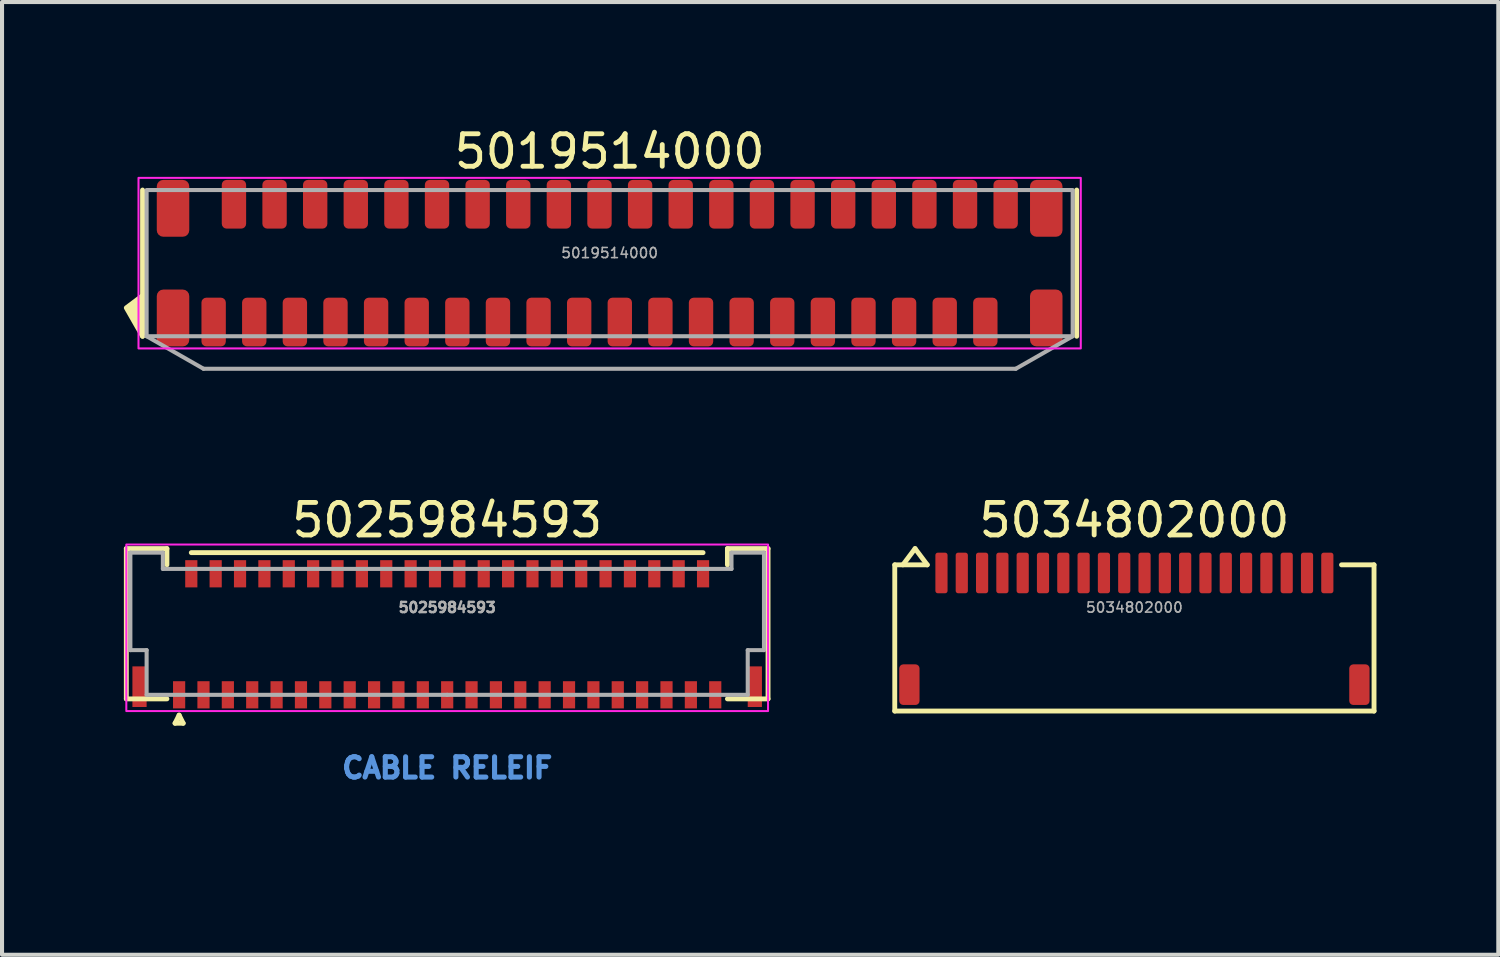
<source format=kicad_pcb>
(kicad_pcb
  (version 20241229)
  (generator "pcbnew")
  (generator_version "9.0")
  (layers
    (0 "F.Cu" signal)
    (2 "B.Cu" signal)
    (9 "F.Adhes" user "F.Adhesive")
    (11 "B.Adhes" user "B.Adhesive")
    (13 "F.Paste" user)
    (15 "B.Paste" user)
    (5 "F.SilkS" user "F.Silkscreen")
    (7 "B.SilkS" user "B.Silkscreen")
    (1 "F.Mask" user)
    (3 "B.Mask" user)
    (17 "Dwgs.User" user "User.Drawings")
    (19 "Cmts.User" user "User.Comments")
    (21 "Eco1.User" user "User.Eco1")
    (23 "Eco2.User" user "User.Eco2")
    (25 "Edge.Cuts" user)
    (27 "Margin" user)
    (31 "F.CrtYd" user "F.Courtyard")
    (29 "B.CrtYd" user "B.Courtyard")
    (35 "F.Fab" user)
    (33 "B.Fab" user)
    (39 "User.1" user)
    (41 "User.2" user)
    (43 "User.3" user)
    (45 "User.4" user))
  (footprint "5034802000"
    (layer "F.Cu")
    (at 24.88 11.057)
    (property "Reference" "5034802000" (at 0 -1.3 0) (unlocked yes) (layer "F.SilkS") (effects (font (size 0.8 0.8) (thickness 0.12))))
    (attr smd)
    (fp_line (start -5.9 -0.2) (end -5.9 3.4) (stroke (width 0.12) (type default)) (layer "F.SilkS"))
    (fp_line (start -5.9 3.4) (end 5.9 3.4) (stroke (width 0.12) (type default)) (layer "F.SilkS"))
    (fp_line (start -5.4 -0.6) (end -5.7 -0.2) (stroke (width 0.12) (type default)) (layer "F.SilkS"))
    (fp_line (start -5.1 -0.2) (end -5.9 -0.2) (stroke (width 0.12) (type default)) (layer "F.SilkS"))
    (fp_line (start -5.1 -0.2) (end -5.4 -0.6) (stroke (width 0.12) (type default)) (layer "F.SilkS"))
    (fp_line (start 5.9 -0.2) (end 5.1 -0.2) (stroke (width 0.12) (type default)) (layer "F.SilkS"))
    (fp_line (start 5.9 3.4) (end 5.9 -0.2) (stroke (width 0.12) (type default)) (layer "F.SilkS"))
    (fp_text user "${REFERENCE}" (at 0 0.85 0) (unlocked yes) (layer "F.Fab") (effects (font (size 0.25 0.25) (thickness 0.04))))
    (pad "1" smd roundrect (at -4.75 0) (size 0.3 1) (layers "F.Cu" "F.Mask" "F.Paste") (roundrect_rratio 0.2))
    (pad "2" smd roundrect (at -4.25 0) (size 0.3 1) (layers "F.Cu" "F.Mask" "F.Paste") (roundrect_rratio 0.2))
    (pad "3" smd roundrect (at -3.75 0) (size 0.3 1) (layers "F.Cu" "F.Mask" "F.Paste") (roundrect_rratio 0.2))
    (pad "4" smd roundrect (at -3.25 0) (size 0.3 1) (layers "F.Cu" "F.Mask" "F.Paste") (roundrect_rratio 0.2))
    (pad "5" smd roundrect (at -2.75 0) (size 0.3 1) (layers "F.Cu" "F.Mask" "F.Paste") (roundrect_rratio 0.2))
    (pad "6" smd roundrect (at -2.25 0) (size 0.3 1) (layers "F.Cu" "F.Mask" "F.Paste") (roundrect_rratio 0.2))
    (pad "7" smd roundrect (at -1.75 0) (size 0.3 1) (layers "F.Cu" "F.Mask" "F.Paste") (roundrect_rratio 0.2))
    (pad "8" smd roundrect (at -1.25 0) (size 0.3 1) (layers "F.Cu" "F.Mask" "F.Paste") (roundrect_rratio 0.2))
    (pad "9" smd roundrect (at -0.75 0) (size 0.3 1) (layers "F.Cu" "F.Mask" "F.Paste") (roundrect_rratio 0.2))
    (pad "10" smd roundrect (at -0.25 0) (size 0.3 1) (layers "F.Cu" "F.Mask" "F.Paste") (roundrect_rratio 0.2))
    (pad "11" smd roundrect (at 0.25 0) (size 0.3 1) (layers "F.Cu" "F.Mask" "F.Paste") (roundrect_rratio 0.2))
    (pad "12" smd roundrect (at 0.75 0) (size 0.3 1) (layers "F.Cu" "F.Mask" "F.Paste") (roundrect_rratio 0.2))
    (pad "13" smd roundrect (at 1.25 0) (size 0.3 1) (layers "F.Cu" "F.Mask" "F.Paste") (roundrect_rratio 0.2))
    (pad "14" smd roundrect (at 1.75 0) (size 0.3 1) (layers "F.Cu" "F.Mask" "F.Paste") (roundrect_rratio 0.2))
    (pad "15" smd roundrect (at 2.25 0) (size 0.3 1) (layers "F.Cu" "F.Mask" "F.Paste") (roundrect_rratio 0.2))
    (pad "16" smd roundrect (at 2.75 0) (size 0.3 1) (layers "F.Cu" "F.Mask" "F.Paste") (roundrect_rratio 0.2))
    (pad "17" smd roundrect (at 3.25 0) (size 0.3 1) (layers "F.Cu" "F.Mask" "F.Paste") (roundrect_rratio 0.2))
    (pad "18" smd roundrect (at 3.75 0) (size 0.3 1) (layers "F.Cu" "F.Mask" "F.Paste") (roundrect_rratio 0.2))
    (pad "19" smd roundrect (at 4.25 0) (size 0.3 1) (layers "F.Cu" "F.Mask" "F.Paste") (roundrect_rratio 0.2))
    (pad "20" smd roundrect (at 4.75 0) (size 0.3 1) (layers "F.Cu" "F.Mask" "F.Paste") (roundrect_rratio 0.2))
    (pad "MP" smd roundrect (at -5.54 2.75) (size 0.5 1) (layers "F.Cu" "F.Mask" "F.Paste") (roundrect_rratio 0.2))
    (pad "MP" smd roundrect (at 5.54 2.75) (size 0.5 1) (layers "F.Cu" "F.Mask" "F.Paste") (roundrect_rratio 0.2)))
  (footprint "5019514000"
    (layer "F.Cu")
    (at 11.96 3.429)
    (property "Reference" "5019514000" (at 0 -2.75 0) (unlocked yes) (layer "F.SilkS") (effects (font (size 0.8 0.8) (thickness 0.12))))
    (attr smd)
    (fp_line (start -11.5 -1.8) (end -11.5 1.8) (stroke (width 0.12) (type default)) (layer "F.SilkS"))
    (fp_line (start 11.5 -1.8) (end 11.5 1.8) (stroke (width 0.12) (type default)) (layer "F.SilkS"))
    (fp_poly (pts (xy -11.5 1.8) (xy -11.9 1.1) (xy -11.5 0.8)) (stroke (width 0.12) (type solid)) (fill yes) (layer "F.SilkS"))
    (fp_rect (start -11.6 -2.1) (end 11.6 2.1) (stroke (width 0.05) (type default)) (fill no) (layer "F.CrtYd"))
    (fp_line (start -11.4 1.8) (end -10 2.6) (stroke (width 0.1) (type default)) (layer "F.Fab"))
    (fp_line (start -10 2.6) (end 10 2.6) (stroke (width 0.1) (type default)) (layer "F.Fab"))
    (fp_line (start 10 2.6) (end 11.4 1.8) (stroke (width 0.1) (type default)) (layer "F.Fab"))
    (fp_rect (start -11.4 1.8) (end 11.4 -1.8) (stroke (width 0.1) (type default)) (fill no) (layer "F.Fab"))
    (fp_text user "${REFERENCE}" (at 0 -0.25 0) (unlocked yes) (layer "F.Fab") (effects (font (size 0.25 0.25) (thickness 0.04))))
    (pad "1" smd roundrect (at -9.75 1.45) (size 0.6 1.2) (layers "F.Cu" "F.Mask" "F.Paste") (roundrect_rratio 0.2))
    (pad "2" smd roundrect (at -9.25 -1.45) (size 0.6 1.2) (layers "F.Cu" "F.Mask" "F.Paste") (roundrect_rratio 0.2))
    (pad "3" smd roundrect (at -8.75 1.45) (size 0.6 1.2) (layers "F.Cu" "F.Mask" "F.Paste") (roundrect_rratio 0.2))
    (pad "4" smd roundrect (at -8.25 -1.45) (size 0.6 1.2) (layers "F.Cu" "F.Mask" "F.Paste") (roundrect_rratio 0.2))
    (pad "5" smd roundrect (at -7.75 1.45) (size 0.6 1.2) (layers "F.Cu" "F.Mask" "F.Paste") (roundrect_rratio 0.2))
    (pad "6" smd roundrect (at -7.25 -1.45) (size 0.6 1.2) (layers "F.Cu" "F.Mask" "F.Paste") (roundrect_rratio 0.2))
    (pad "7" smd roundrect (at -6.75 1.45) (size 0.6 1.2) (layers "F.Cu" "F.Mask" "F.Paste") (roundrect_rratio 0.2))
    (pad "8" smd roundrect (at -6.25 -1.45) (size 0.6 1.2) (layers "F.Cu" "F.Mask" "F.Paste") (roundrect_rratio 0.2))
    (pad "9" smd roundrect (at -5.75 1.45) (size 0.6 1.2) (layers "F.Cu" "F.Mask" "F.Paste") (roundrect_rratio 0.2))
    (pad "10" smd roundrect (at -5.25 -1.45) (size 0.6 1.2) (layers "F.Cu" "F.Mask" "F.Paste") (roundrect_rratio 0.2))
    (pad "11" smd roundrect (at -4.75 1.45) (size 0.6 1.2) (layers "F.Cu" "F.Mask" "F.Paste") (roundrect_rratio 0.2))
    (pad "12" smd roundrect (at -4.25 -1.45) (size 0.6 1.2) (layers "F.Cu" "F.Mask" "F.Paste") (roundrect_rratio 0.2))
    (pad "13" smd roundrect (at -3.75 1.45) (size 0.6 1.2) (layers "F.Cu" "F.Mask" "F.Paste") (roundrect_rratio 0.2))
    (pad "14" smd roundrect (at -3.25 -1.45) (size 0.6 1.2) (layers "F.Cu" "F.Mask" "F.Paste") (roundrect_rratio 0.2))
    (pad "15" smd roundrect (at -2.75 1.45) (size 0.6 1.2) (layers "F.Cu" "F.Mask" "F.Paste") (roundrect_rratio 0.2))
    (pad "16" smd roundrect (at -2.25 -1.45) (size 0.6 1.2) (layers "F.Cu" "F.Mask" "F.Paste") (roundrect_rratio 0.2))
    (pad "17" smd roundrect (at -1.75 1.45) (size 0.6 1.2) (layers "F.Cu" "F.Mask" "F.Paste") (roundrect_rratio 0.2))
    (pad "18" smd roundrect (at -1.25 -1.45) (size 0.6 1.2) (layers "F.Cu" "F.Mask" "F.Paste") (roundrect_rratio 0.2))
    (pad "19" smd roundrect (at -0.75 1.45) (size 0.6 1.2) (layers "F.Cu" "F.Mask" "F.Paste") (roundrect_rratio 0.2))
    (pad "20" smd roundrect (at -0.25 -1.45) (size 0.6 1.2) (layers "F.Cu" "F.Mask" "F.Paste") (roundrect_rratio 0.2))
    (pad "21" smd roundrect (at 0.25 1.45) (size 0.6 1.2) (layers "F.Cu" "F.Mask" "F.Paste") (roundrect_rratio 0.2))
    (pad "22" smd roundrect (at 0.75 -1.45) (size 0.6 1.2) (layers "F.Cu" "F.Mask" "F.Paste") (roundrect_rratio 0.2))
    (pad "23" smd roundrect (at 1.25 1.45) (size 0.6 1.2) (layers "F.Cu" "F.Mask" "F.Paste") (roundrect_rratio 0.2))
    (pad "24" smd roundrect (at 1.75 -1.45) (size 0.6 1.2) (layers "F.Cu" "F.Mask" "F.Paste") (roundrect_rratio 0.2))
    (pad "25" smd roundrect (at 2.25 1.45) (size 0.6 1.2) (layers "F.Cu" "F.Mask" "F.Paste") (roundrect_rratio 0.2))
    (pad "26" smd roundrect (at 2.75 -1.45) (size 0.6 1.2) (layers "F.Cu" "F.Mask" "F.Paste") (roundrect_rratio 0.2))
    (pad "27" smd roundrect (at 3.25 1.45) (size 0.6 1.2) (layers "F.Cu" "F.Mask" "F.Paste") (roundrect_rratio 0.2))
    (pad "28" smd roundrect (at 3.75 -1.45) (size 0.6 1.2) (layers "F.Cu" "F.Mask" "F.Paste") (roundrect_rratio 0.2))
    (pad "29" smd roundrect (at 4.25 1.45) (size 0.6 1.2) (layers "F.Cu" "F.Mask" "F.Paste") (roundrect_rratio 0.2))
    (pad "30" smd roundrect (at 4.75 -1.45) (size 0.6 1.2) (layers "F.Cu" "F.Mask" "F.Paste") (roundrect_rratio 0.2))
    (pad "31" smd roundrect (at 5.25 1.45) (size 0.6 1.2) (layers "F.Cu" "F.Mask" "F.Paste") (roundrect_rratio 0.2))
    (pad "32" smd roundrect (at 5.75 -1.45) (size 0.6 1.2) (layers "F.Cu" "F.Mask" "F.Paste") (roundrect_rratio 0.2))
    (pad "33" smd roundrect (at 6.25 1.45) (size 0.6 1.2) (layers "F.Cu" "F.Mask" "F.Paste") (roundrect_rratio 0.2))
    (pad "34" smd roundrect (at 6.75 -1.45) (size 0.6 1.2) (layers "F.Cu" "F.Mask" "F.Paste") (roundrect_rratio 0.2))
    (pad "35" smd roundrect (at 7.25 1.45) (size 0.6 1.2) (layers "F.Cu" "F.Mask" "F.Paste") (roundrect_rratio 0.2))
    (pad "36" smd roundrect (at 7.75 -1.45) (size 0.6 1.2) (layers "F.Cu" "F.Mask" "F.Paste") (roundrect_rratio 0.2))
    (pad "37" smd roundrect (at 8.25 1.45) (size 0.6 1.2) (layers "F.Cu" "F.Mask" "F.Paste") (roundrect_rratio 0.2))
    (pad "38" smd roundrect (at 8.75 -1.45) (size 0.6 1.2) (layers "F.Cu" "F.Mask" "F.Paste") (roundrect_rratio 0.2))
    (pad "39" smd roundrect (at 9.25 1.45) (size 0.6 1.2) (layers "F.Cu" "F.Mask" "F.Paste") (roundrect_rratio 0.2))
    (pad "40" smd roundrect (at 9.75 -1.45) (size 0.6 1.2) (layers "F.Cu" "F.Mask" "F.Paste") (roundrect_rratio 0.2))
    (pad "MP" smd roundrect (at -10.75 -1.35) (size 0.8 1.4) (layers "F.Cu" "F.Mask" "F.Paste") (roundrect_rratio 0.2))
    (pad "MP" smd roundrect (at -10.75 1.35) (size 0.8 1.4) (layers "F.Cu" "F.Mask" "F.Paste") (roundrect_rratio 0.2))
    (pad "MP" smd roundrect (at 10.75 -1.35) (size 0.8 1.4) (layers "F.Cu" "F.Mask" "F.Paste") (roundrect_rratio 0.2))
    (pad "MP" smd roundrect (at 10.75 1.35) (size 0.8 1.4) (layers "F.Cu" "F.Mask" "F.Paste") (roundrect_rratio 0.2)))
  (footprint "5025984593"
    (layer "F.Cu")
    (at 7.96 14.057)
    (property "Reference" "5025984593" (at 0 -4.3 0) (unlocked yes) (layer "F.SilkS") (effects (font (size 0.8 0.8) (thickness 0.12))))
    (attr smd)
    (fp_line (start -7.9 -3.6) (end -6.9 -3.6) (stroke (width 0.12) (type solid)) (layer "F.SilkS"))
    (fp_line (start -7.9 0.1) (end -7.9 -3.6) (stroke (width 0.12) (type solid)) (layer "F.SilkS"))
    (fp_line (start -6.9 -3.6) (end -6.9 -3.2) (stroke (width 0.12) (type solid)) (layer "F.SilkS"))
    (fp_line (start -6.9 0.1) (end -7.9 0.1) (stroke (width 0.12) (type solid)) (layer "F.SilkS"))
    (fp_line (start -6.7 0.7) (end -6.6 0.5) (stroke (width 0.12) (type solid)) (layer "F.SilkS"))
    (fp_line (start -6.6 0.5) (end -6.5 0.7) (stroke (width 0.12) (type solid)) (layer "F.SilkS"))
    (fp_line (start -6.5 0.7) (end -6.7 0.7) (stroke (width 0.12) (type solid)) (layer "F.SilkS"))
    (fp_line (start -6.3 -3.5) (end 6.3 -3.5) (stroke (width 0.12) (type solid)) (layer "F.SilkS"))
    (fp_line (start 6.9 -3.6) (end 6.9 -3.2) (stroke (width 0.12) (type solid)) (layer "F.SilkS"))
    (fp_line (start 6.9 0.1) (end 7.9 0.1) (stroke (width 0.12) (type solid)) (layer "F.SilkS"))
    (fp_line (start 7.9 -3.6) (end 6.9 -3.6) (stroke (width 0.12) (type solid)) (layer "F.SilkS"))
    (fp_line (start 7.9 0.1) (end 7.9 -3.6) (stroke (width 0.12) (type solid)) (layer "F.SilkS"))
    (fp_rect (start -7.9 -3.7) (end 7.9 0.4) (stroke (width 0.05) (type solid)) (fill no) (layer "F.CrtYd"))
    (fp_line (start -7.8 -3.5) (end -7.8 -1.1) (stroke (width 0.1) (type solid)) (layer "F.Fab"))
    (fp_line (start -7.8 -1.1) (end -7.4 -1.1) (stroke (width 0.1) (type solid)) (layer "F.Fab"))
    (fp_line (start -7.4 -1.1) (end -7.4 0) (stroke (width 0.1) (type solid)) (layer "F.Fab"))
    (fp_line (start -7.4 0) (end 0 0) (stroke (width 0.1) (type solid)) (layer "F.Fab"))
    (fp_line (start -7 -3.5) (end -7.8 -3.5) (stroke (width 0.1) (type solid)) (layer "F.Fab"))
    (fp_line (start -7 -3.1) (end -7 -3.5) (stroke (width 0.1) (type solid)) (layer "F.Fab"))
    (fp_line (start 0 0) (end 7.4 0) (stroke (width 0.1) (type solid)) (layer "F.Fab"))
    (fp_line (start 7 -3.5) (end 7 -3.1) (stroke (width 0.1) (type solid)) (layer "F.Fab"))
    (fp_line (start 7 -3.1) (end -7 -3.1) (stroke (width 0.1) (type solid)) (layer "F.Fab"))
    (fp_line (start 7.4 -1.1) (end 7.8 -1.1) (stroke (width 0.1) (type solid)) (layer "F.Fab"))
    (fp_line (start 7.4 0) (end 7.4 -1.1) (stroke (width 0.1) (type solid)) (layer "F.Fab"))
    (fp_line (start 7.8 -3.5) (end 7 -3.5) (stroke (width 0.1) (type solid)) (layer "F.Fab"))
    (fp_line (start 7.8 -1.1) (end 7.8 -3.5) (stroke (width 0.1) (type solid)) (layer "F.Fab"))
    (fp_text user "CABLE RELEIF" (at 0 1.8 0) (unlocked yes) (layer "Cmts.User") (effects (font (size 0.5 0.5) (thickness 0.125))))
    (fp_text user "${REFERENCE}" (at 0 -2.15 0) (unlocked yes) (layer "F.Fab") (effects (font (size 0.25 0.25) (thickness 0.062))))
    (pad "1" smd rect (at -6.6 0) (size 0.3 0.67) (layers "F.Cu" "F.Mask" "F.Paste"))
    (pad "2" smd rect (at -6.3 -2.98) (size 0.3 0.67) (layers "F.Cu" "F.Mask" "F.Paste"))
    (pad "3" smd rect (at -6 0) (size 0.3 0.67) (layers "F.Cu" "F.Mask" "F.Paste"))
    (pad "4" smd rect (at -5.7 -2.98) (size 0.3 0.67) (layers "F.Cu" "F.Mask" "F.Paste"))
    (pad "5" smd rect (at -5.4 0) (size 0.3 0.67) (layers "F.Cu" "F.Mask" "F.Paste"))
    (pad "6" smd rect (at -5.1 -2.98) (size 0.3 0.67) (layers "F.Cu" "F.Mask" "F.Paste"))
    (pad "7" smd rect (at -4.8 0) (size 0.3 0.67) (layers "F.Cu" "F.Mask" "F.Paste"))
    (pad "8" smd rect (at -4.5 -2.98) (size 0.3 0.67) (layers "F.Cu" "F.Mask" "F.Paste"))
    (pad "9" smd rect (at -4.2 0) (size 0.3 0.67) (layers "F.Cu" "F.Mask" "F.Paste"))
    (pad "10" smd rect (at -3.9 -2.98) (size 0.3 0.67) (layers "F.Cu" "F.Mask" "F.Paste"))
    (pad "11" smd rect (at -3.6 0) (size 0.3 0.67) (layers "F.Cu" "F.Mask" "F.Paste"))
    (pad "12" smd rect (at -3.3 -2.98) (size 0.3 0.67) (layers "F.Cu" "F.Mask" "F.Paste"))
    (pad "13" smd rect (at -3 0) (size 0.3 0.67) (layers "F.Cu" "F.Mask" "F.Paste"))
    (pad "14" smd rect (at -2.7 -2.98) (size 0.3 0.67) (layers "F.Cu" "F.Mask" "F.Paste"))
    (pad "15" smd rect (at -2.4 0) (size 0.3 0.67) (layers "F.Cu" "F.Mask" "F.Paste"))
    (pad "16" smd rect (at -2.1 -2.98) (size 0.3 0.67) (layers "F.Cu" "F.Mask" "F.Paste"))
    (pad "17" smd rect (at -1.8 0) (size 0.3 0.67) (layers "F.Cu" "F.Mask" "F.Paste"))
    (pad "18" smd rect (at -1.5 -2.98) (size 0.3 0.67) (layers "F.Cu" "F.Mask" "F.Paste"))
    (pad "19" smd rect (at -1.2 0) (size 0.3 0.67) (layers "F.Cu" "F.Mask" "F.Paste"))
    (pad "20" smd rect (at -0.9 -2.98) (size 0.3 0.67) (layers "F.Cu" "F.Mask" "F.Paste"))
    (pad "21" smd rect (at -0.6 0) (size 0.3 0.67) (layers "F.Cu" "F.Mask" "F.Paste"))
    (pad "22" smd rect (at -0.3 -2.98) (size 0.3 0.67) (layers "F.Cu" "F.Mask" "F.Paste"))
    (pad "23" smd rect (at 0 0) (size 0.3 0.67) (layers "F.Cu" "F.Mask" "F.Paste"))
    (pad "24" smd rect (at 0.3 -2.98) (size 0.3 0.67) (layers "F.Cu" "F.Mask" "F.Paste"))
    (pad "25" smd rect (at 0.6 0) (size 0.3 0.67) (layers "F.Cu" "F.Mask" "F.Paste"))
    (pad "26" smd rect (at 0.9 -2.98) (size 0.3 0.67) (layers "F.Cu" "F.Mask" "F.Paste"))
    (pad "27" smd rect (at 1.2 0) (size 0.3 0.67) (layers "F.Cu" "F.Mask" "F.Paste"))
    (pad "28" smd rect (at 1.5 -2.98) (size 0.3 0.67) (layers "F.Cu" "F.Mask" "F.Paste"))
    (pad "29" smd rect (at 1.8 0) (size 0.3 0.67) (layers "F.Cu" "F.Mask" "F.Paste"))
    (pad "30" smd rect (at 2.1 -2.98) (size 0.3 0.67) (layers "F.Cu" "F.Mask" "F.Paste"))
    (pad "31" smd rect (at 2.4 0) (size 0.3 0.67) (layers "F.Cu" "F.Mask" "F.Paste"))
    (pad "32" smd rect (at 2.7 -2.98) (size 0.3 0.67) (layers "F.Cu" "F.Mask" "F.Paste"))
    (pad "33" smd rect (at 3 0) (size 0.3 0.67) (layers "F.Cu" "F.Mask" "F.Paste"))
    (pad "34" smd rect (at 3.3 -2.98) (size 0.3 0.67) (layers "F.Cu" "F.Mask" "F.Paste"))
    (pad "35" smd rect (at 3.6 0) (size 0.3 0.67) (layers "F.Cu" "F.Mask" "F.Paste"))
    (pad "36" smd rect (at 3.9 -2.98) (size 0.3 0.67) (layers "F.Cu" "F.Mask" "F.Paste"))
    (pad "37" smd rect (at 4.2 0) (size 0.3 0.67) (layers "F.Cu" "F.Mask" "F.Paste"))
    (pad "38" smd rect (at 4.5 -2.98) (size 0.3 0.67) (layers "F.Cu" "F.Mask" "F.Paste"))
    (pad "39" smd rect (at 4.8 0) (size 0.3 0.67) (layers "F.Cu" "F.Mask" "F.Paste"))
    (pad "40" smd rect (at 5.1 -2.98) (size 0.3 0.67) (layers "F.Cu" "F.Mask" "F.Paste"))
    (pad "41" smd rect (at 5.4 0) (size 0.3 0.67) (layers "F.Cu" "F.Mask" "F.Paste"))
    (pad "42" smd rect (at 5.7 -2.98) (size 0.3 0.67) (layers "F.Cu" "F.Mask" "F.Paste"))
    (pad "43" smd rect (at 6 0) (size 0.3 0.67) (layers "F.Cu" "F.Mask" "F.Paste"))
    (pad "44" smd rect (at 6.3 -2.98) (size 0.3 0.67) (layers "F.Cu" "F.Mask" "F.Paste"))
    (pad "45" smd rect (at 6.6 0) (size 0.3 0.67) (layers "F.Cu" "F.Mask" "F.Paste"))
    (pad "MP" smd rect (at -7.575 -0.2) (size 0.35 1) (layers "F.Cu" "F.Mask" "F.Paste"))
    (pad "MP" smd rect (at 7.575 -0.2) (size 0.35 1) (layers "F.Cu" "F.Mask" "F.Paste"))
    (zone (net_name "") (layer "F.Cu") (name "CABLE RELIEF") (hatch edge 0.508) (connect_pads) (min_thickness 0.254) (filled_areas_thickness no) (keepout (tracks allowed) (vias allowed) (pads allowed) (copperpour allowed) (footprints not_allowed)) (placement (enabled no)) (fill) (polygon (pts (xy 15.06 17.457) (xy 0.86 17.457) (xy 0.86 14.457) (xy 15.06 14.457))))
    (zone (net_name "") (layer "F.Cu") (hatch edge 0.508) (connect_pads) (min_thickness 0.254) (filled_areas_thickness no) (keepout (tracks allowed) (vias allowed) (pads allowed) (copperpour not_allowed) (footprints allowed)) (placement (enabled no)) (fill) (polygon (pts (xy 15.36 14.057) (xy 0.56 14.057) (xy 0.56 11.057) (xy 15.36 11.057)))))
  (gr_rect
    (start -3 -3)
    (end 33.84 20.457)
    (stroke (width 0.1) (type default))
    (fill no)
    (layer "Edge.Cuts")))
</source>
